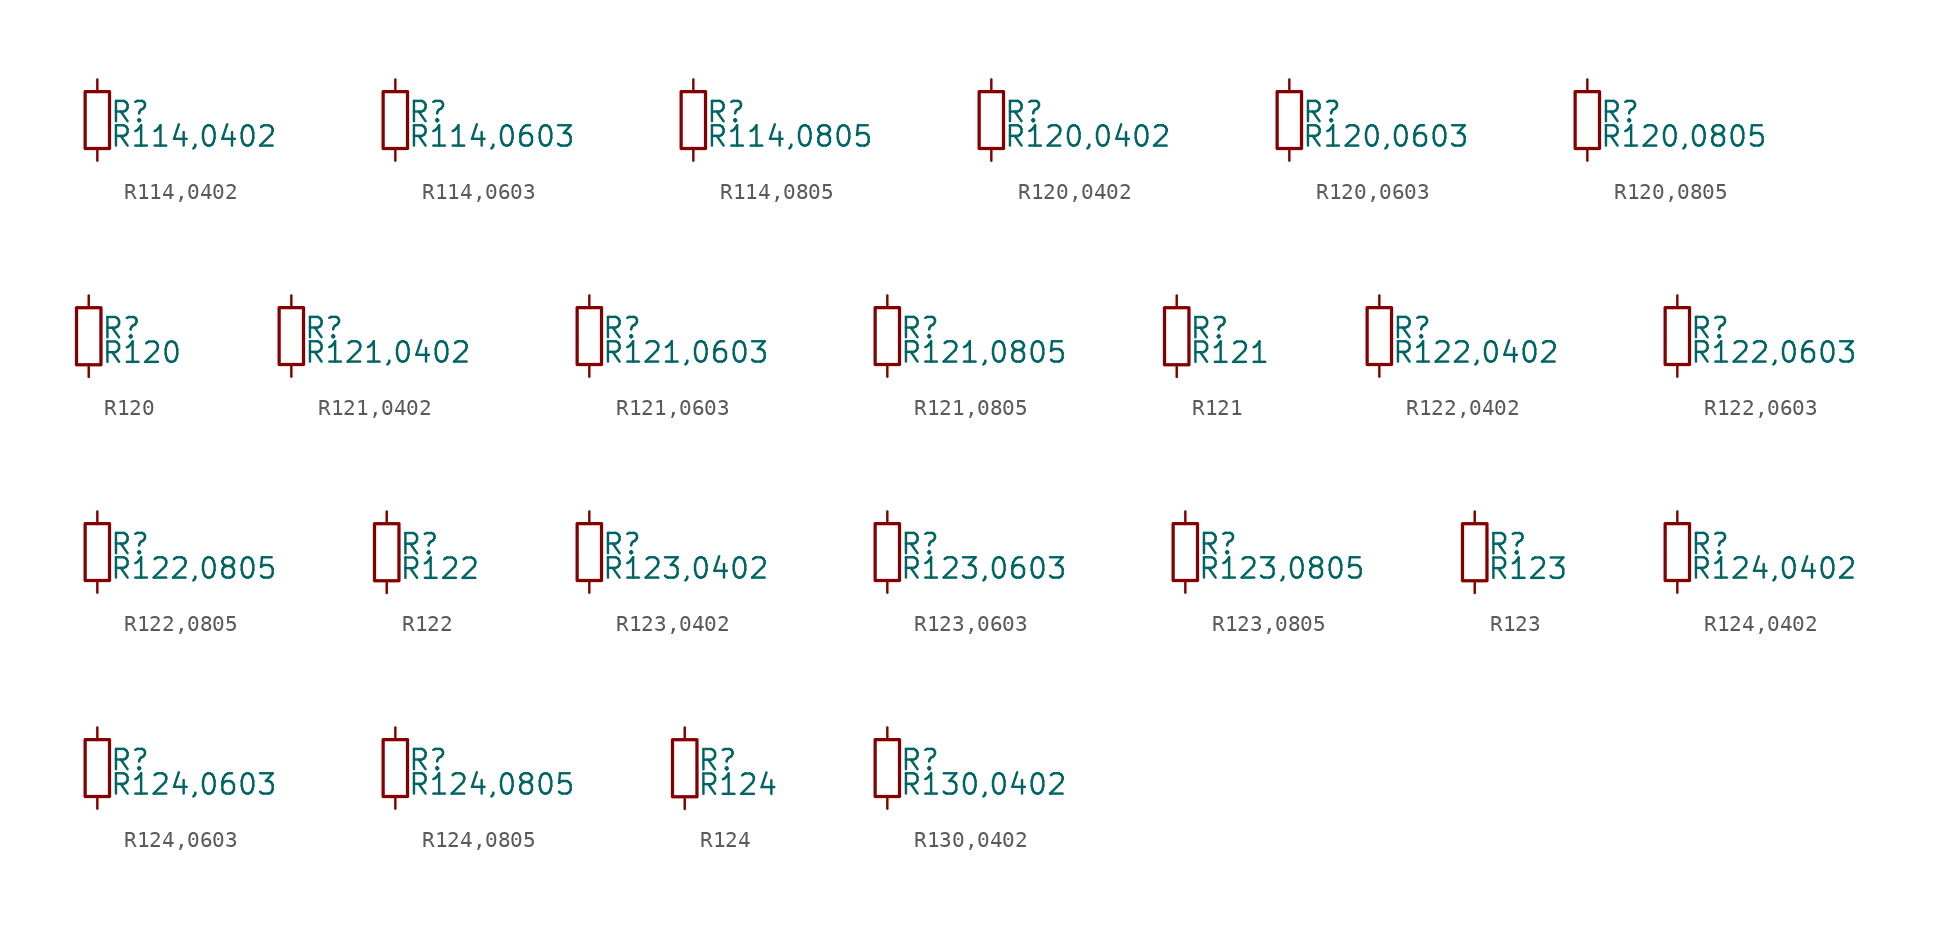
<source format=kicad_sym>
(kicad_symbol_lib
  (version 20211014)
  (generator kicad_symbol_editor)
  (symbol "R114,0402"
    (pin_numbers hide)
    (pin_names
      (offset 0.254) hide)
    (property "Reference" "R"
      (at 0.762 0.508 0)
      (effects (font (size 1.27 1.27)) (justify left)))
    (property "Value" "R114,0402"
      (at 0.762 -1.016 0)
      (effects (font (size 1.27 1.27)) (justify left)))
    (symbol "R114,0402_0_1"
      (rectangle (start -0.762 1.778) (end 0.762 -1.778) (stroke (width 0.203) (type default) (color 0 0 0 0)) (fill (type none))))
    (symbol "R114,0402_1_1"
      (pin passive line (at 0 2.54 270) (length 0.762) (name "~" (effects (font (size 1.27 1.27)))) (number "1" (effects (font (size 1.27 1.27)))))
      (pin passive line (at 0 -2.54 90) (length 0.762) (name "~" (effects (font (size 1.27 1.27)))) (number "2" (effects (font (size 1.27 1.27)))))))
  (symbol "R114,0603"
    (pin_numbers hide)
    (pin_names
      (offset 0.254) hide)
    (property "Reference" "R"
      (at 0.762 0.508 0)
      (effects (font (size 1.27 1.27)) (justify left)))
    (property "Value" "R114,0603"
      (at 0.762 -1.016 0)
      (effects (font (size 1.27 1.27)) (justify left)))
    (symbol "R114,0603_0_1"
      (rectangle (start -0.762 1.778) (end 0.762 -1.778) (stroke (width 0.203) (type default) (color 0 0 0 0)) (fill (type none))))
    (symbol "R114,0603_1_1"
      (pin passive line (at 0 2.54 270) (length 0.762) (name "~" (effects (font (size 1.27 1.27)))) (number "1" (effects (font (size 1.27 1.27)))))
      (pin passive line (at 0 -2.54 90) (length 0.762) (name "~" (effects (font (size 1.27 1.27)))) (number "2" (effects (font (size 1.27 1.27)))))))
  (symbol "R114,0805"
    (pin_numbers hide)
    (pin_names
      (offset 0.254) hide)
    (property "Reference" "R"
      (at 0.762 0.508 0)
      (effects (font (size 1.27 1.27)) (justify left)))
    (property "Value" "R114,0805"
      (at 0.762 -1.016 0)
      (effects (font (size 1.27 1.27)) (justify left)))
    (symbol "R114,0805_0_1"
      (rectangle (start -0.762 1.778) (end 0.762 -1.778) (stroke (width 0.203) (type default) (color 0 0 0 0)) (fill (type none))))
    (symbol "R114,0805_1_1"
      (pin passive line (at 0 2.54 270) (length 0.762) (name "~" (effects (font (size 1.27 1.27)))) (number "1" (effects (font (size 1.27 1.27)))))
      (pin passive line (at 0 -2.54 90) (length 0.762) (name "~" (effects (font (size 1.27 1.27)))) (number "2" (effects (font (size 1.27 1.27)))))))
  (symbol "R120,0402"
    (pin_numbers hide)
    (pin_names
      (offset 0.254) hide)
    (property "Reference" "R"
      (at 0.762 0.508 0)
      (effects (font (size 1.27 1.27)) (justify left)))
    (property "Value" "R120,0402"
      (at 0.762 -1.016 0)
      (effects (font (size 1.27 1.27)) (justify left)))
    (symbol "R120,0402_0_1"
      (rectangle (start -0.762 1.778) (end 0.762 -1.778) (stroke (width 0.203) (type default) (color 0 0 0 0)) (fill (type none))))
    (symbol "R120,0402_1_1"
      (pin passive line (at 0 2.54 270) (length 0.762) (name "~" (effects (font (size 1.27 1.27)))) (number "1" (effects (font (size 1.27 1.27)))))
      (pin passive line (at 0 -2.54 90) (length 0.762) (name "~" (effects (font (size 1.27 1.27)))) (number "2" (effects (font (size 1.27 1.27)))))))
  (symbol "R120,0603"
    (pin_numbers hide)
    (pin_names
      (offset 0.254) hide)
    (property "Reference" "R"
      (at 0.762 0.508 0)
      (effects (font (size 1.27 1.27)) (justify left)))
    (property "Value" "R120,0603"
      (at 0.762 -1.016 0)
      (effects (font (size 1.27 1.27)) (justify left)))
    (symbol "R120,0603_0_1"
      (rectangle (start -0.762 1.778) (end 0.762 -1.778) (stroke (width 0.203) (type default) (color 0 0 0 0)) (fill (type none))))
    (symbol "R120,0603_1_1"
      (pin passive line (at 0 2.54 270) (length 0.762) (name "~" (effects (font (size 1.27 1.27)))) (number "1" (effects (font (size 1.27 1.27)))))
      (pin passive line (at 0 -2.54 90) (length 0.762) (name "~" (effects (font (size 1.27 1.27)))) (number "2" (effects (font (size 1.27 1.27)))))))
  (symbol "R120,0805"
    (pin_numbers hide)
    (pin_names
      (offset 0.254) hide)
    (property "Reference" "R"
      (at 0.762 0.508 0)
      (effects (font (size 1.27 1.27)) (justify left)))
    (property "Value" "R120,0805"
      (at 0.762 -1.016 0)
      (effects (font (size 1.27 1.27)) (justify left)))
    (symbol "R120,0805_0_1"
      (rectangle (start -0.762 1.778) (end 0.762 -1.778) (stroke (width 0.203) (type default) (color 0 0 0 0)) (fill (type none))))
    (symbol "R120,0805_1_1"
      (pin passive line (at 0 2.54 270) (length 0.762) (name "~" (effects (font (size 1.27 1.27)))) (number "1" (effects (font (size 1.27 1.27)))))
      (pin passive line (at 0 -2.54 90) (length 0.762) (name "~" (effects (font (size 1.27 1.27)))) (number "2" (effects (font (size 1.27 1.27)))))))
  (symbol "R120"
    (pin_numbers hide)
    (pin_names
      (offset 0.254) hide)
    (property "Reference" "R"
      (at 0.762 0.508 0)
      (effects (font (size 1.27 1.27)) (justify left)))
    (property "Value" "R120"
      (at 0.762 -1.016 0)
      (effects (font (size 1.27 1.27)) (justify left)))
    (symbol "R120_0_1"
      (rectangle (start -0.762 1.778) (end 0.762 -1.778) (stroke (width 0.203) (type default) (color 0 0 0 0)) (fill (type none))))
    (symbol "R120_1_1"
      (pin passive line (at 0 2.54 270) (length 0.762) (name "~" (effects (font (size 1.27 1.27)))) (number "1" (effects (font (size 1.27 1.27)))))
      (pin passive line (at 0 -2.54 90) (length 0.762) (name "~" (effects (font (size 1.27 1.27)))) (number "2" (effects (font (size 1.27 1.27)))))))
  (symbol "R121,0402"
    (pin_numbers hide)
    (pin_names
      (offset 0.254) hide)
    (property "Reference" "R"
      (at 0.762 0.508 0)
      (effects (font (size 1.27 1.27)) (justify left)))
    (property "Value" "R121,0402"
      (at 0.762 -1.016 0)
      (effects (font (size 1.27 1.27)) (justify left)))
    (symbol "R121,0402_0_1"
      (rectangle (start -0.762 1.778) (end 0.762 -1.778) (stroke (width 0.203) (type default) (color 0 0 0 0)) (fill (type none))))
    (symbol "R121,0402_1_1"
      (pin passive line (at 0 2.54 270) (length 0.762) (name "~" (effects (font (size 1.27 1.27)))) (number "1" (effects (font (size 1.27 1.27)))))
      (pin passive line (at 0 -2.54 90) (length 0.762) (name "~" (effects (font (size 1.27 1.27)))) (number "2" (effects (font (size 1.27 1.27)))))))
  (symbol "R121,0603"
    (pin_numbers hide)
    (pin_names
      (offset 0.254) hide)
    (property "Reference" "R"
      (at 0.762 0.508 0)
      (effects (font (size 1.27 1.27)) (justify left)))
    (property "Value" "R121,0603"
      (at 0.762 -1.016 0)
      (effects (font (size 1.27 1.27)) (justify left)))
    (symbol "R121,0603_0_1"
      (rectangle (start -0.762 1.778) (end 0.762 -1.778) (stroke (width 0.203) (type default) (color 0 0 0 0)) (fill (type none))))
    (symbol "R121,0603_1_1"
      (pin passive line (at 0 2.54 270) (length 0.762) (name "~" (effects (font (size 1.27 1.27)))) (number "1" (effects (font (size 1.27 1.27)))))
      (pin passive line (at 0 -2.54 90) (length 0.762) (name "~" (effects (font (size 1.27 1.27)))) (number "2" (effects (font (size 1.27 1.27)))))))
  (symbol "R121,0805"
    (pin_numbers hide)
    (pin_names
      (offset 0.254) hide)
    (property "Reference" "R"
      (at 0.762 0.508 0)
      (effects (font (size 1.27 1.27)) (justify left)))
    (property "Value" "R121,0805"
      (at 0.762 -1.016 0)
      (effects (font (size 1.27 1.27)) (justify left)))
    (symbol "R121,0805_0_1"
      (rectangle (start -0.762 1.778) (end 0.762 -1.778) (stroke (width 0.203) (type default) (color 0 0 0 0)) (fill (type none))))
    (symbol "R121,0805_1_1"
      (pin passive line (at 0 2.54 270) (length 0.762) (name "~" (effects (font (size 1.27 1.27)))) (number "1" (effects (font (size 1.27 1.27)))))
      (pin passive line (at 0 -2.54 90) (length 0.762) (name "~" (effects (font (size 1.27 1.27)))) (number "2" (effects (font (size 1.27 1.27)))))))
  (symbol "R121"
    (pin_numbers hide)
    (pin_names
      (offset 0.254) hide)
    (property "Reference" "R"
      (at 0.762 0.508 0)
      (effects (font (size 1.27 1.27)) (justify left)))
    (property "Value" "R121"
      (at 0.762 -1.016 0)
      (effects (font (size 1.27 1.27)) (justify left)))
    (symbol "R121_0_1"
      (rectangle (start -0.762 1.778) (end 0.762 -1.778) (stroke (width 0.203) (type default) (color 0 0 0 0)) (fill (type none))))
    (symbol "R121_1_1"
      (pin passive line (at 0 2.54 270) (length 0.762) (name "~" (effects (font (size 1.27 1.27)))) (number "1" (effects (font (size 1.27 1.27)))))
      (pin passive line (at 0 -2.54 90) (length 0.762) (name "~" (effects (font (size 1.27 1.27)))) (number "2" (effects (font (size 1.27 1.27)))))))
  (symbol "R122,0402"
    (pin_numbers hide)
    (pin_names
      (offset 0.254) hide)
    (property "Reference" "R"
      (at 0.762 0.508 0)
      (effects (font (size 1.27 1.27)) (justify left)))
    (property "Value" "R122,0402"
      (at 0.762 -1.016 0)
      (effects (font (size 1.27 1.27)) (justify left)))
    (symbol "R122,0402_0_1"
      (rectangle (start -0.762 1.778) (end 0.762 -1.778) (stroke (width 0.203) (type default) (color 0 0 0 0)) (fill (type none))))
    (symbol "R122,0402_1_1"
      (pin passive line (at 0 2.54 270) (length 0.762) (name "~" (effects (font (size 1.27 1.27)))) (number "1" (effects (font (size 1.27 1.27)))))
      (pin passive line (at 0 -2.54 90) (length 0.762) (name "~" (effects (font (size 1.27 1.27)))) (number "2" (effects (font (size 1.27 1.27)))))))
  (symbol "R122,0603"
    (pin_numbers hide)
    (pin_names
      (offset 0.254) hide)
    (property "Reference" "R"
      (at 0.762 0.508 0)
      (effects (font (size 1.27 1.27)) (justify left)))
    (property "Value" "R122,0603"
      (at 0.762 -1.016 0)
      (effects (font (size 1.27 1.27)) (justify left)))
    (symbol "R122,0603_0_1"
      (rectangle (start -0.762 1.778) (end 0.762 -1.778) (stroke (width 0.203) (type default) (color 0 0 0 0)) (fill (type none))))
    (symbol "R122,0603_1_1"
      (pin passive line (at 0 2.54 270) (length 0.762) (name "~" (effects (font (size 1.27 1.27)))) (number "1" (effects (font (size 1.27 1.27)))))
      (pin passive line (at 0 -2.54 90) (length 0.762) (name "~" (effects (font (size 1.27 1.27)))) (number "2" (effects (font (size 1.27 1.27)))))))
  (symbol "R122,0805"
    (pin_numbers hide)
    (pin_names
      (offset 0.254) hide)
    (property "Reference" "R"
      (at 0.762 0.508 0)
      (effects (font (size 1.27 1.27)) (justify left)))
    (property "Value" "R122,0805"
      (at 0.762 -1.016 0)
      (effects (font (size 1.27 1.27)) (justify left)))
    (symbol "R122,0805_0_1"
      (rectangle (start -0.762 1.778) (end 0.762 -1.778) (stroke (width 0.203) (type default) (color 0 0 0 0)) (fill (type none))))
    (symbol "R122,0805_1_1"
      (pin passive line (at 0 2.54 270) (length 0.762) (name "~" (effects (font (size 1.27 1.27)))) (number "1" (effects (font (size 1.27 1.27)))))
      (pin passive line (at 0 -2.54 90) (length 0.762) (name "~" (effects (font (size 1.27 1.27)))) (number "2" (effects (font (size 1.27 1.27)))))))
  (symbol "R122"
    (pin_numbers hide)
    (pin_names
      (offset 0.254) hide)
    (property "Reference" "R"
      (at 0.762 0.508 0)
      (effects (font (size 1.27 1.27)) (justify left)))
    (property "Value" "R122"
      (at 0.762 -1.016 0)
      (effects (font (size 1.27 1.27)) (justify left)))
    (symbol "R122_0_1"
      (rectangle (start -0.762 1.778) (end 0.762 -1.778) (stroke (width 0.203) (type default) (color 0 0 0 0)) (fill (type none))))
    (symbol "R122_1_1"
      (pin passive line (at 0 2.54 270) (length 0.762) (name "~" (effects (font (size 1.27 1.27)))) (number "1" (effects (font (size 1.27 1.27)))))
      (pin passive line (at 0 -2.54 90) (length 0.762) (name "~" (effects (font (size 1.27 1.27)))) (number "2" (effects (font (size 1.27 1.27)))))))
  (symbol "R123,0402"
    (pin_numbers hide)
    (pin_names
      (offset 0.254) hide)
    (property "Reference" "R"
      (at 0.762 0.508 0)
      (effects (font (size 1.27 1.27)) (justify left)))
    (property "Value" "R123,0402"
      (at 0.762 -1.016 0)
      (effects (font (size 1.27 1.27)) (justify left)))
    (symbol "R123,0402_0_1"
      (rectangle (start -0.762 1.778) (end 0.762 -1.778) (stroke (width 0.203) (type default) (color 0 0 0 0)) (fill (type none))))
    (symbol "R123,0402_1_1"
      (pin passive line (at 0 2.54 270) (length 0.762) (name "~" (effects (font (size 1.27 1.27)))) (number "1" (effects (font (size 1.27 1.27)))))
      (pin passive line (at 0 -2.54 90) (length 0.762) (name "~" (effects (font (size 1.27 1.27)))) (number "2" (effects (font (size 1.27 1.27)))))))
  (symbol "R123,0603"
    (pin_numbers hide)
    (pin_names
      (offset 0.254) hide)
    (property "Reference" "R"
      (at 0.762 0.508 0)
      (effects (font (size 1.27 1.27)) (justify left)))
    (property "Value" "R123,0603"
      (at 0.762 -1.016 0)
      (effects (font (size 1.27 1.27)) (justify left)))
    (symbol "R123,0603_0_1"
      (rectangle (start -0.762 1.778) (end 0.762 -1.778) (stroke (width 0.203) (type default) (color 0 0 0 0)) (fill (type none))))
    (symbol "R123,0603_1_1"
      (pin passive line (at 0 2.54 270) (length 0.762) (name "~" (effects (font (size 1.27 1.27)))) (number "1" (effects (font (size 1.27 1.27)))))
      (pin passive line (at 0 -2.54 90) (length 0.762) (name "~" (effects (font (size 1.27 1.27)))) (number "2" (effects (font (size 1.27 1.27)))))))
  (symbol "R123,0805"
    (pin_numbers hide)
    (pin_names
      (offset 0.254) hide)
    (property "Reference" "R"
      (at 0.762 0.508 0)
      (effects (font (size 1.27 1.27)) (justify left)))
    (property "Value" "R123,0805"
      (at 0.762 -1.016 0)
      (effects (font (size 1.27 1.27)) (justify left)))
    (symbol "R123,0805_0_1"
      (rectangle (start -0.762 1.778) (end 0.762 -1.778) (stroke (width 0.203) (type default) (color 0 0 0 0)) (fill (type none))))
    (symbol "R123,0805_1_1"
      (pin passive line (at 0 2.54 270) (length 0.762) (name "~" (effects (font (size 1.27 1.27)))) (number "1" (effects (font (size 1.27 1.27)))))
      (pin passive line (at 0 -2.54 90) (length 0.762) (name "~" (effects (font (size 1.27 1.27)))) (number "2" (effects (font (size 1.27 1.27)))))))
  (symbol "R123"
    (pin_numbers hide)
    (pin_names
      (offset 0.254) hide)
    (property "Reference" "R"
      (at 0.762 0.508 0)
      (effects (font (size 1.27 1.27)) (justify left)))
    (property "Value" "R123"
      (at 0.762 -1.016 0)
      (effects (font (size 1.27 1.27)) (justify left)))
    (symbol "R123_0_1"
      (rectangle (start -0.762 1.778) (end 0.762 -1.778) (stroke (width 0.203) (type default) (color 0 0 0 0)) (fill (type none))))
    (symbol "R123_1_1"
      (pin passive line (at 0 2.54 270) (length 0.762) (name "~" (effects (font (size 1.27 1.27)))) (number "1" (effects (font (size 1.27 1.27)))))
      (pin passive line (at 0 -2.54 90) (length 0.762) (name "~" (effects (font (size 1.27 1.27)))) (number "2" (effects (font (size 1.27 1.27)))))))
  (symbol "R124,0402"
    (pin_numbers hide)
    (pin_names
      (offset 0.254) hide)
    (property "Reference" "R"
      (at 0.762 0.508 0)
      (effects (font (size 1.27 1.27)) (justify left)))
    (property "Value" "R124,0402"
      (at 0.762 -1.016 0)
      (effects (font (size 1.27 1.27)) (justify left)))
    (symbol "R124,0402_0_1"
      (rectangle (start -0.762 1.778) (end 0.762 -1.778) (stroke (width 0.203) (type default) (color 0 0 0 0)) (fill (type none))))
    (symbol "R124,0402_1_1"
      (pin passive line (at 0 2.54 270) (length 0.762) (name "~" (effects (font (size 1.27 1.27)))) (number "1" (effects (font (size 1.27 1.27)))))
      (pin passive line (at 0 -2.54 90) (length 0.762) (name "~" (effects (font (size 1.27 1.27)))) (number "2" (effects (font (size 1.27 1.27)))))))
  (symbol "R124,0603"
    (pin_numbers hide)
    (pin_names
      (offset 0.254) hide)
    (property "Reference" "R"
      (at 0.762 0.508 0)
      (effects (font (size 1.27 1.27)) (justify left)))
    (property "Value" "R124,0603"
      (at 0.762 -1.016 0)
      (effects (font (size 1.27 1.27)) (justify left)))
    (symbol "R124,0603_0_1"
      (rectangle (start -0.762 1.778) (end 0.762 -1.778) (stroke (width 0.203) (type default) (color 0 0 0 0)) (fill (type none))))
    (symbol "R124,0603_1_1"
      (pin passive line (at 0 2.54 270) (length 0.762) (name "~" (effects (font (size 1.27 1.27)))) (number "1" (effects (font (size 1.27 1.27)))))
      (pin passive line (at 0 -2.54 90) (length 0.762) (name "~" (effects (font (size 1.27 1.27)))) (number "2" (effects (font (size 1.27 1.27)))))))
  (symbol "R124,0805"
    (pin_numbers hide)
    (pin_names
      (offset 0.254) hide)
    (property "Reference" "R"
      (at 0.762 0.508 0)
      (effects (font (size 1.27 1.27)) (justify left)))
    (property "Value" "R124,0805"
      (at 0.762 -1.016 0)
      (effects (font (size 1.27 1.27)) (justify left)))
    (symbol "R124,0805_0_1"
      (rectangle (start -0.762 1.778) (end 0.762 -1.778) (stroke (width 0.203) (type default) (color 0 0 0 0)) (fill (type none))))
    (symbol "R124,0805_1_1"
      (pin passive line (at 0 2.54 270) (length 0.762) (name "~" (effects (font (size 1.27 1.27)))) (number "1" (effects (font (size 1.27 1.27)))))
      (pin passive line (at 0 -2.54 90) (length 0.762) (name "~" (effects (font (size 1.27 1.27)))) (number "2" (effects (font (size 1.27 1.27)))))))
  (symbol "R124"
    (pin_numbers hide)
    (pin_names
      (offset 0.254) hide)
    (property "Reference" "R"
      (at 0.762 0.508 0)
      (effects (font (size 1.27 1.27)) (justify left)))
    (property "Value" "R124"
      (at 0.762 -1.016 0)
      (effects (font (size 1.27 1.27)) (justify left)))
    (symbol "R124_0_1"
      (rectangle (start -0.762 1.778) (end 0.762 -1.778) (stroke (width 0.203) (type default) (color 0 0 0 0)) (fill (type none))))
    (symbol "R124_1_1"
      (pin passive line (at 0 2.54 270) (length 0.762) (name "~" (effects (font (size 1.27 1.27)))) (number "1" (effects (font (size 1.27 1.27)))))
      (pin passive line (at 0 -2.54 90) (length 0.762) (name "~" (effects (font (size 1.27 1.27)))) (number "2" (effects (font (size 1.27 1.27)))))))
  (symbol "R130,0402"
    (pin_numbers hide)
    (pin_names
      (offset 0.254) hide)
    (property "Reference" "R"
      (at 0.762 0.508 0)
      (effects (font (size 1.27 1.27)) (justify left)))
    (property "Value" "R130,0402"
      (at 0.762 -1.016 0)
      (effects (font (size 1.27 1.27)) (justify left)))
    (symbol "R130,0402_0_1"
      (rectangle (start -0.762 1.778) (end 0.762 -1.778) (stroke (width 0.203) (type default) (color 0 0 0 0)) (fill (type none))))
    (symbol "R130,0402_1_1"
      (pin passive line (at 0 2.54 270) (length 0.762) (name "~" (effects (font (size 1.27 1.27)))) (number "1" (effects (font (size 1.27 1.27)))))
      (pin passive line (at 0 -2.54 90) (length 0.762) (name "~" (effects (font (size 1.27 1.27)))) (number "2" (effects (font (size 1.27 1.27))))))))
</source>
